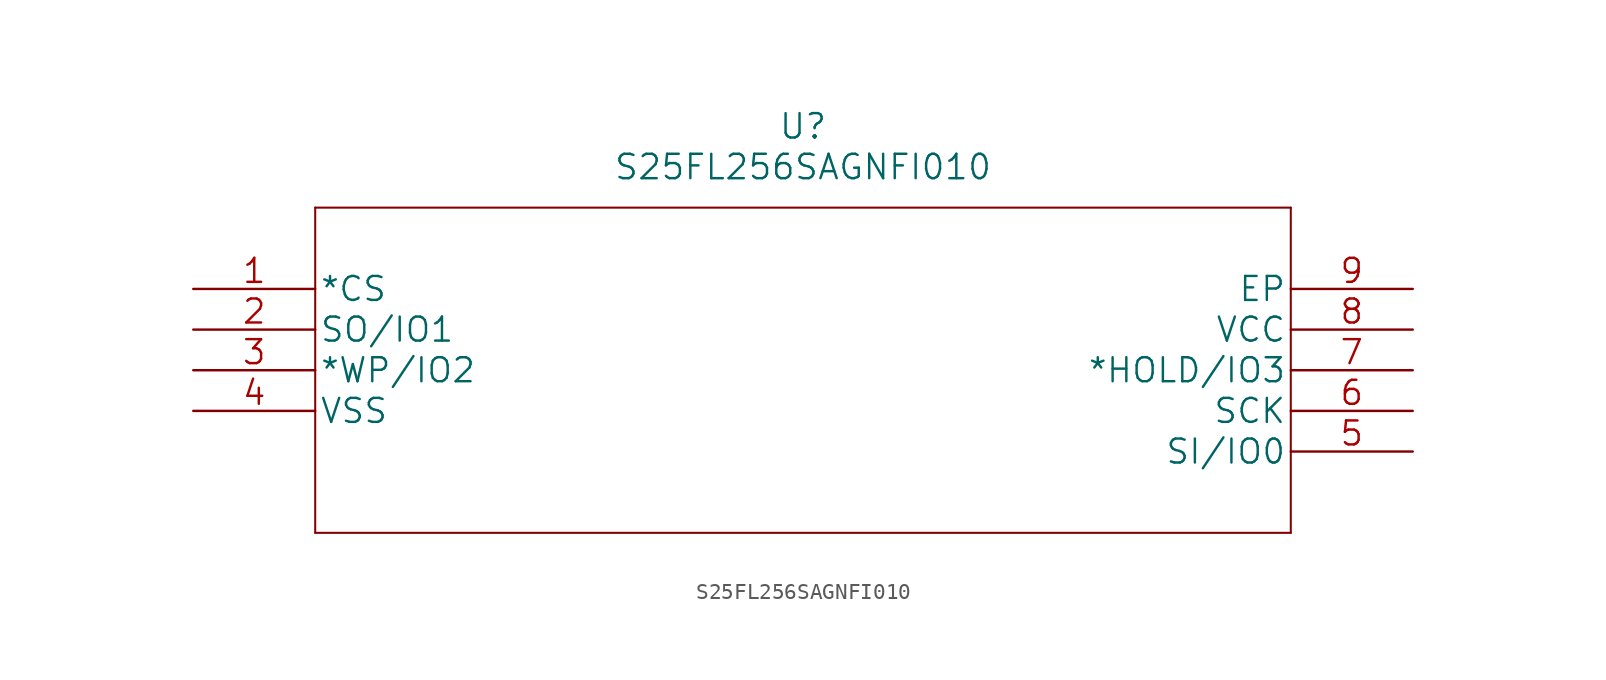
<source format=kicad_sym>
(kicad_symbol_lib
  (version 20201005)
  (generator kicad_symbol_editor)
  (symbol "S25FL256SAGNFI010"
    (pin_names
      (offset 0.254))
    (property "Reference" "U"
      (at 38.1 10.16 0)
      (effects (font (size 1.524 1.524))))
    (property "Value" "S25FL256SAGNFI010"
      (at 38.1 7.62 0)
      (effects (font (size 1.524 1.524))))
    (property "Datasheet" ""
      (at 0 0 0)
      (effects (font (size 1.524 1.524))))
    (property "ki_locked" ""
      (at 0 0 0)
      (effects (font (size 1.27 1.27))))
    (symbol "S25FL256SAGNFI010_1_1"
      (polyline (pts (xy 7.62 -15.24) (xy 68.58 -15.24)) (stroke (width 0.127)) (fill (type none)))
      (polyline (pts (xy 7.62 5.08) (xy 7.62 -15.24)) (stroke (width 0.127)) (fill (type none)))
      (polyline (pts (xy 68.58 -15.24) (xy 68.58 5.08)) (stroke (width 0.127)) (fill (type none)))
      (polyline (pts (xy 68.58 5.08) (xy 7.62 5.08)) (stroke (width 0.127)) (fill (type none)))
      (pin input line (at 0 0 0) (length 7.62) (name "*CS" (effects (font (size 1.499 1.499)))) (number "1" (effects (font (size 1.499 1.499)))))
      (pin bidirectional line (at 0 -2.54 0) (length 7.62) (name "SO/IO1" (effects (font (size 1.499 1.499)))) (number "2" (effects (font (size 1.499 1.499)))))
      (pin bidirectional line (at 0 -5.08 0) (length 7.62) (name "*WP/IO2" (effects (font (size 1.499 1.499)))) (number "3" (effects (font (size 1.499 1.499)))))
      (pin power_in line (at 0 -7.62 0) (length 7.62) (name "VSS" (effects (font (size 1.499 1.499)))) (number "4" (effects (font (size 1.499 1.499)))))
      (pin bidirectional line (at 76.2 -10.16 180) (length 7.62) (name "SI/IO0" (effects (font (size 1.499 1.499)))) (number "5" (effects (font (size 1.499 1.499)))))
      (pin input line (at 76.2 -7.62 180) (length 7.62) (name "SCK" (effects (font (size 1.499 1.499)))) (number "6" (effects (font (size 1.499 1.499)))))
      (pin bidirectional line (at 76.2 -5.08 180) (length 7.62) (name "*HOLD/IO3" (effects (font (size 1.499 1.499)))) (number "7" (effects (font (size 1.499 1.499)))))
      (pin power_in line (at 76.2 -2.54 180) (length 7.62) (name "VCC" (effects (font (size 1.499 1.499)))) (number "8" (effects (font (size 1.499 1.499)))))
      (pin unspecified line (at 76.2 0 180) (length 7.62) (name "EP" (effects (font (size 1.499 1.499)))) (number "9" (effects (font (size 1.499 1.499))))))))
</source>
